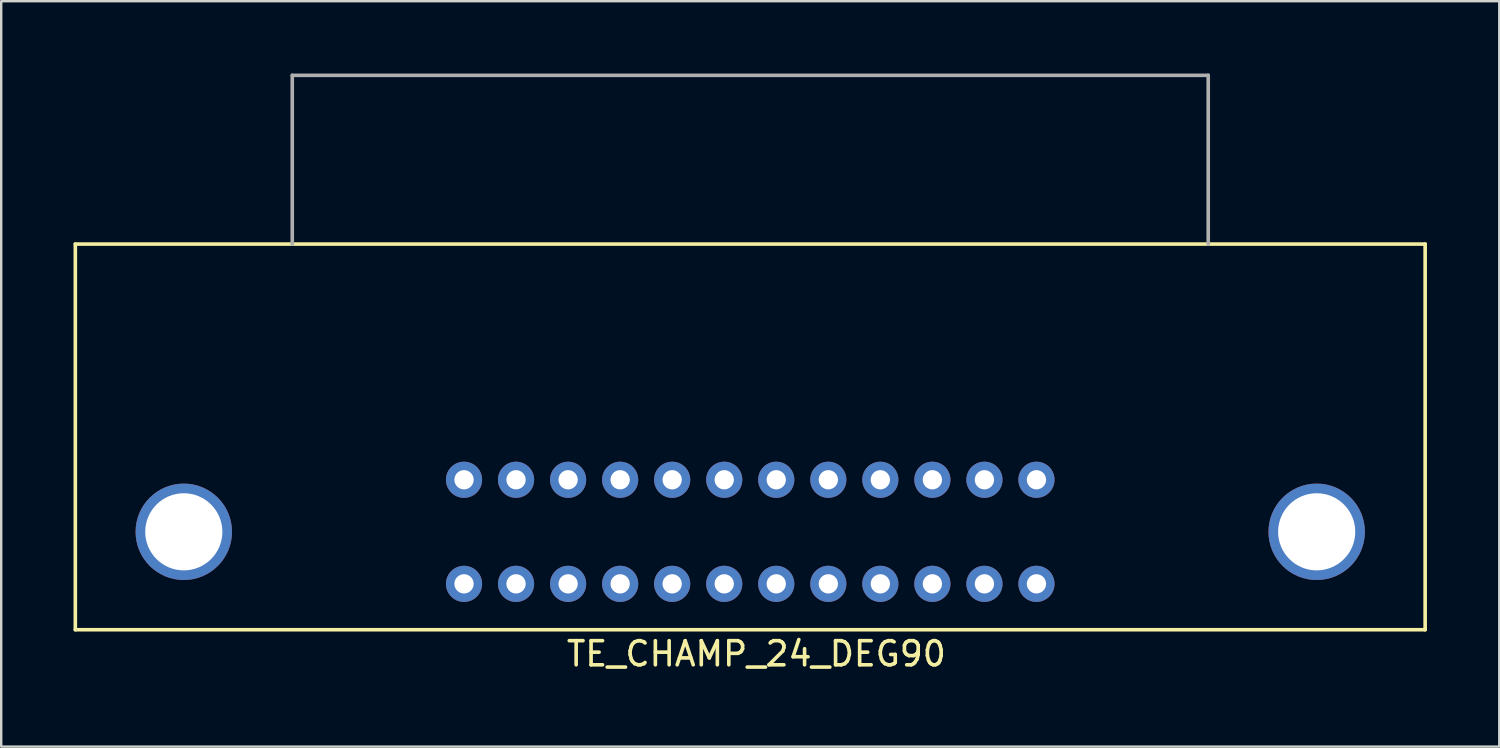
<source format=kicad_pcb>
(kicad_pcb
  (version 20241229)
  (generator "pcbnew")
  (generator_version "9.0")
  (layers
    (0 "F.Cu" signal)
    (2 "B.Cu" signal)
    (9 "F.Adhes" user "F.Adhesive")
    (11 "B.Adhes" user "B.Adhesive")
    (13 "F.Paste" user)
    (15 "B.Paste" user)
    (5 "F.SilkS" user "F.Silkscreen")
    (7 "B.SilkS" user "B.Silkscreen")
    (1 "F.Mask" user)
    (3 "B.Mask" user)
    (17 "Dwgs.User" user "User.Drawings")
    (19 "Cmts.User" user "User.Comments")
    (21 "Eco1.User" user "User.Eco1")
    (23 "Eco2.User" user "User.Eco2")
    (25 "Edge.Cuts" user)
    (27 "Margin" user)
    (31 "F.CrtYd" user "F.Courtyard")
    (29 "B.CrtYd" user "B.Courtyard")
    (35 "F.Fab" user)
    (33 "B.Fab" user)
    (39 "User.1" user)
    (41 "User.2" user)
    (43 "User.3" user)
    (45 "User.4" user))
  (footprint "TE_CHAMP_24_DEG90"
    (layer "F.Cu")
    (at 28.075 7.075)
    (property "Reference" "TE_CHAMP_24_DEG90" (at 0.254 17 0) (layer "F.SilkS") (effects (font (size 1 1) (thickness 0.15))))
    (attr through_hole)
    (fp_line (start -28 0) (end 28 0) (stroke (width 0.15) (type solid)) (layer "F.SilkS"))
    (fp_line (start -28 16) (end -28 0) (stroke (width 0.15) (type solid)) (layer "F.SilkS"))
    (fp_line (start 28 0) (end 28 16) (stroke (width 0.15) (type solid)) (layer "F.SilkS"))
    (fp_line (start 28 16) (end -28 16) (stroke (width 0.15) (type solid)) (layer "F.SilkS"))
    (fp_line (start -19 -7) (end 19 -7) (stroke (width 0.15) (type solid)) (layer "F.Fab"))
    (fp_line (start -19 0) (end -19 -7) (stroke (width 0.15) (type solid)) (layer "F.Fab"))
    (fp_line (start 19 -7) (end 19 0) (stroke (width 0.15) (type solid)) (layer "F.Fab"))
    (pad "" thru_hole circle (at -23.5 11.938) (size 4 4) (drill 3.2) (layers "*.Cu" "*.Mask"))
    (pad "" thru_hole circle (at 23.5 11.938) (size 4 4) (drill 3.2) (layers "*.Cu" "*.Mask"))
    (pad "1" thru_hole circle (at -11.874 14.097) (size 1.5 1.5) (drill 0.8) (layers "*.Cu" "*.Mask"))
    (pad "2" thru_hole circle (at -9.716 14.097) (size 1.5 1.5) (drill 0.8) (layers "*.Cu" "*.Mask"))
    (pad "3" thru_hole circle (at -7.556 14.097) (size 1.5 1.5) (drill 0.8) (layers "*.Cu" "*.Mask"))
    (pad "4" thru_hole circle (at -5.397 14.097) (size 1.5 1.5) (drill 0.8) (layers "*.Cu" "*.Mask"))
    (pad "5" thru_hole circle (at -3.239 14.097) (size 1.5 1.5) (drill 0.8) (layers "*.Cu" "*.Mask"))
    (pad "6" thru_hole circle (at -1.079 14.097) (size 1.5 1.5) (drill 0.8) (layers "*.Cu" "*.Mask"))
    (pad "7" thru_hole circle (at 1.079 14.097) (size 1.5 1.5) (drill 0.8) (layers "*.Cu" "*.Mask"))
    (pad "8" thru_hole circle (at 3.239 14.097) (size 1.5 1.5) (drill 0.8) (layers "*.Cu" "*.Mask"))
    (pad "9" thru_hole circle (at 5.397 14.097) (size 1.5 1.5) (drill 0.8) (layers "*.Cu" "*.Mask"))
    (pad "10" thru_hole circle (at 7.556 14.097) (size 1.5 1.5) (drill 0.8) (layers "*.Cu" "*.Mask"))
    (pad "11" thru_hole circle (at 9.716 14.097) (size 1.5 1.5) (drill 0.8) (layers "*.Cu" "*.Mask"))
    (pad "12" thru_hole circle (at 11.874 14.097) (size 1.5 1.5) (drill 0.8) (layers "*.Cu" "*.Mask"))
    (pad "13" thru_hole circle (at -11.874 9.779) (size 1.5 1.5) (drill 0.8) (layers "*.Cu" "*.Mask"))
    (pad "14" thru_hole circle (at -9.716 9.779) (size 1.5 1.5) (drill 0.8) (layers "*.Cu" "*.Mask"))
    (pad "15" thru_hole circle (at -7.556 9.779) (size 1.5 1.5) (drill 0.8) (layers "*.Cu" "*.Mask"))
    (pad "16" thru_hole circle (at -5.397 9.779) (size 1.5 1.5) (drill 0.8) (layers "*.Cu" "*.Mask"))
    (pad "17" thru_hole circle (at -3.239 9.779) (size 1.5 1.5) (drill 0.8) (layers "*.Cu" "*.Mask"))
    (pad "18" thru_hole circle (at -1.079 9.779) (size 1.5 1.5) (drill 0.8) (layers "*.Cu" "*.Mask"))
    (pad "19" thru_hole circle (at 1.079 9.779) (size 1.5 1.5) (drill 0.8) (layers "*.Cu" "*.Mask"))
    (pad "20" thru_hole circle (at 3.239 9.779) (size 1.5 1.5) (drill 0.8) (layers "*.Cu" "*.Mask"))
    (pad "21" thru_hole circle (at 5.397 9.779) (size 1.5 1.5) (drill 0.8) (layers "*.Cu" "*.Mask"))
    (pad "22" thru_hole circle (at 7.556 9.779) (size 1.5 1.5) (drill 0.8) (layers "*.Cu" "*.Mask"))
    (pad "23" thru_hole circle (at 9.716 9.779) (size 1.5 1.5) (drill 0.8) (layers "*.Cu" "*.Mask"))
    (pad "24" thru_hole circle (at 11.874 9.779) (size 1.5 1.5) (drill 0.8) (layers "*.Cu" "*.Mask")))
  (gr_rect
    (start -3 -3)
    (end 59.15 27.923)
    (stroke (width 0.1) (type default))
    (fill no)
    (layer "Edge.Cuts")))
</source>
